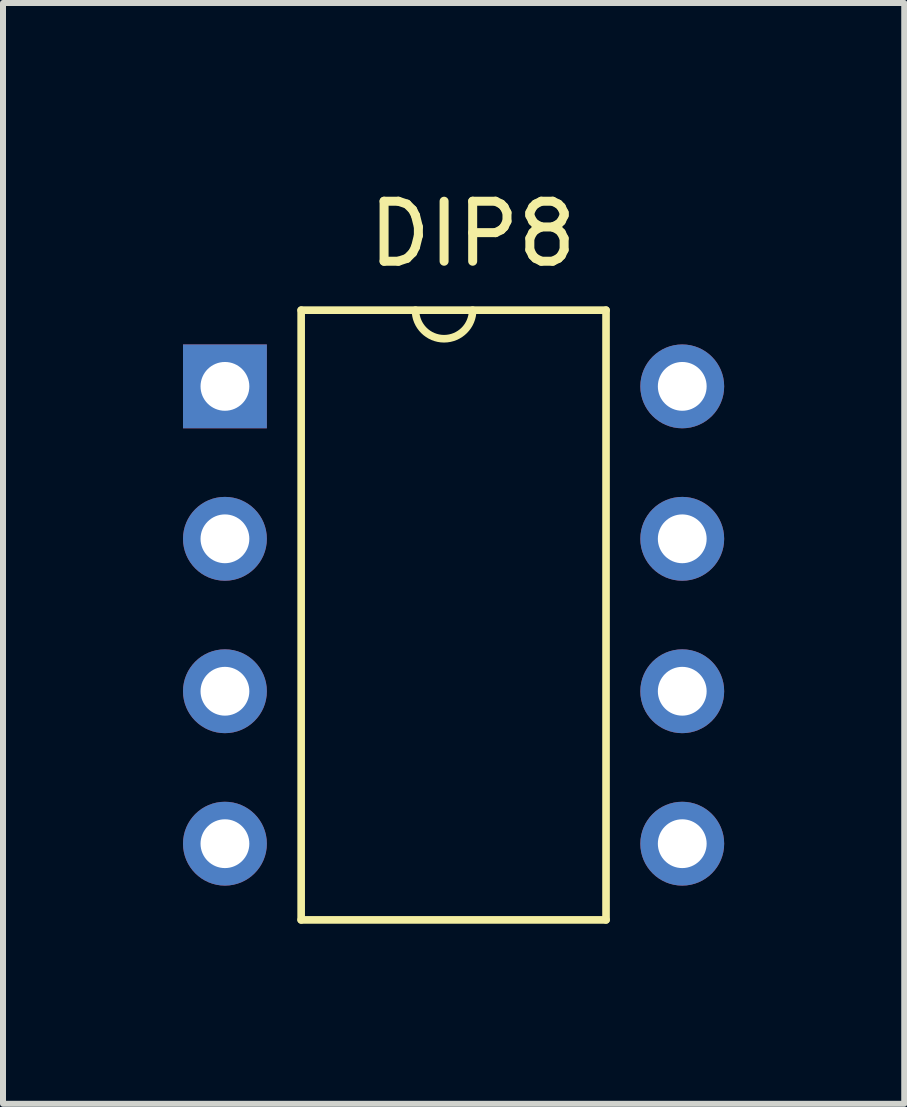
<source format=kicad_pcb>
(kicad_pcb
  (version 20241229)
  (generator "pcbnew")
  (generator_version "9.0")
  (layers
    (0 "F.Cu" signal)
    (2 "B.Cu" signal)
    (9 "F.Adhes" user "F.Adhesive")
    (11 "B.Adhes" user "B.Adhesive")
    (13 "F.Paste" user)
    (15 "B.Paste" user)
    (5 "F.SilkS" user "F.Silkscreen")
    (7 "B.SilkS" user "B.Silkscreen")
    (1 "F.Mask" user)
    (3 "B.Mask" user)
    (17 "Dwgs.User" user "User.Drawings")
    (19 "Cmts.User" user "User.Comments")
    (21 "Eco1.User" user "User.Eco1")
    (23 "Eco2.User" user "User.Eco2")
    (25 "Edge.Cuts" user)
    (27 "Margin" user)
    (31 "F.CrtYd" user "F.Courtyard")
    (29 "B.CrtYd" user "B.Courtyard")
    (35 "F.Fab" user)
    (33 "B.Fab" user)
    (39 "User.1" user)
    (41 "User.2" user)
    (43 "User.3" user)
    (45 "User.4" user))
  (footprint "DIP8"
    (layer "F.Cu")
    (at 4.508 7.198)
    (property "Reference" "DIP8" (at 0.318 -6.35 0) (layer "F.SilkS") (effects (font (size 1 1) (thickness 0.15))))
    (attr through_hole)
    (fp_line (start -2.54 -5.08) (end -2.54 5.08) (stroke (width 0.127) (type solid)) (layer "F.SilkS"))
    (fp_line (start -2.54 5.08) (end 2.54 5.08) (stroke (width 0.127) (type solid)) (layer "F.SilkS"))
    (fp_line (start 2.54 -5.08) (end -2.54 -5.08) (stroke (width 0.127) (type solid)) (layer "F.SilkS"))
    (fp_line (start 2.54 5.08) (end 2.54 -5.08) (stroke (width 0.127) (type solid)) (layer "F.SilkS"))
    (fp_arc (start 0.3175 -5.08) (mid -0.15875 -4.60375) (end -0.635 -5.08) (stroke (width 0.127) (type solid)) (layer "F.SilkS"))
    (pad "1" thru_hole rect (at -3.81 -3.81) (size 1.397 1.397) (drill 0.813) (layers "*.Cu" "*.Mask"))
    (pad "2" thru_hole circle (at -3.81 -1.27) (size 1.397 1.397) (drill 0.813) (layers "*.Cu" "*.Mask"))
    (pad "3" thru_hole circle (at -3.81 1.27) (size 1.397 1.397) (drill 0.813) (layers "*.Cu" "*.Mask"))
    (pad "4" thru_hole circle (at -3.81 3.81) (size 1.397 1.397) (drill 0.813) (layers "*.Cu" "*.Mask"))
    (pad "5" thru_hole circle (at 3.81 3.81) (size 1.397 1.397) (drill 0.813) (layers "*.Cu" "*.Mask"))
    (pad "6" thru_hole circle (at 3.81 1.27) (size 1.397 1.397) (drill 0.813) (layers "*.Cu" "*.Mask"))
    (pad "7" thru_hole circle (at 3.81 -1.27) (size 1.397 1.397) (drill 0.813) (layers "*.Cu" "*.Mask"))
    (pad "8" thru_hole circle (at 3.81 -3.81) (size 1.397 1.397) (drill 0.813) (layers "*.Cu" "*.Mask")))
  (gr_rect
    (start -3 -3)
    (end 12.017 15.342)
    (stroke (width 0.1) (type default))
    (fill no)
    (layer "Edge.Cuts")))
</source>
